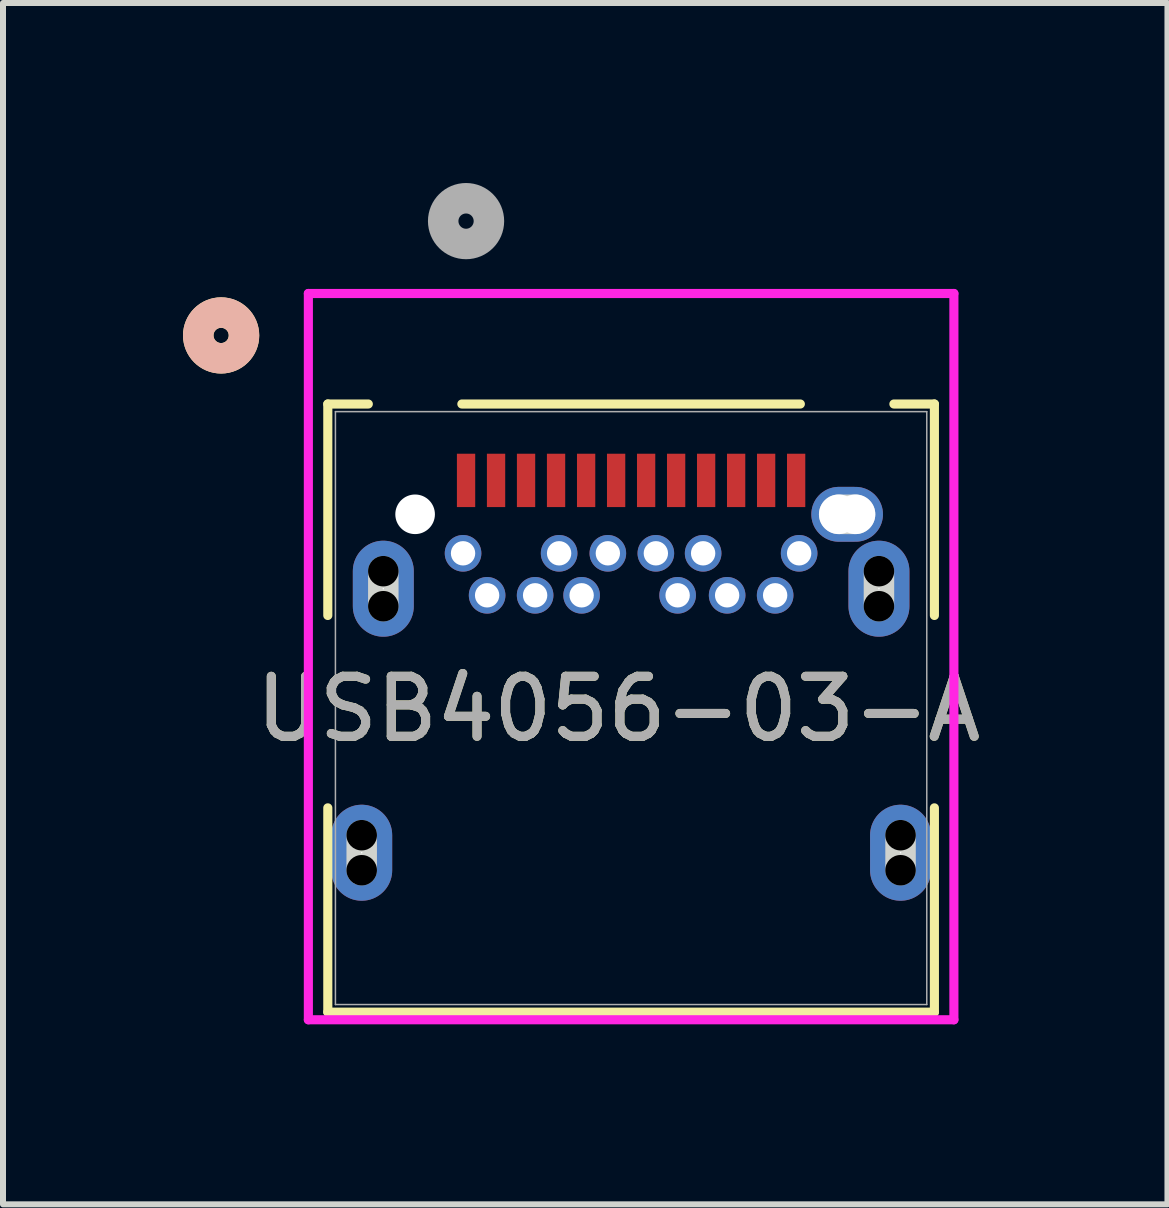
<source format=kicad_pcb>
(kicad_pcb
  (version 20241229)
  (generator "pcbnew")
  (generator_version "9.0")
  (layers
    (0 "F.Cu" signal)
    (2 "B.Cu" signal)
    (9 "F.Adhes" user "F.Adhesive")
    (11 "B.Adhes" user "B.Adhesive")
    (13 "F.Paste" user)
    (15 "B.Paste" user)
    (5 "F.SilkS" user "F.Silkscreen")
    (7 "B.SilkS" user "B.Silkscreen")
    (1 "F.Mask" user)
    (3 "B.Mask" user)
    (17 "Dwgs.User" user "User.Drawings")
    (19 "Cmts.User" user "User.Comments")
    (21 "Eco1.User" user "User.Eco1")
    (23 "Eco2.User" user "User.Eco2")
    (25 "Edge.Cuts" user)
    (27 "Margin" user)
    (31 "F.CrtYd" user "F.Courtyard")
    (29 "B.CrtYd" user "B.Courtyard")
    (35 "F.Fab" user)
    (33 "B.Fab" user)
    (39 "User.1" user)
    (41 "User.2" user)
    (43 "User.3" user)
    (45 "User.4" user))
  (footprint "USB4056-03-A"
    (layer "F.Cu")
    (at 4.717 4.956)
    (property "Reference" "USB4056-03-A" (at 2.54 3.81 0) (unlocked yes) (layer "F.SilkS") (effects (font (size 1 1) (thickness 0.15))))
    (attr through_hole)
    (fp_line (start -2.304 -1.273) (end -2.304 2.251) (stroke (width 0.152) (type solid)) (layer "F.SilkS"))
    (fp_line (start -2.304 5.457) (end -2.304 8.862) (stroke (width 0.152) (type solid)) (layer "F.SilkS"))
    (fp_line (start -2.304 8.862) (end 7.805 8.862) (stroke (width 0.152) (type solid)) (layer "F.SilkS"))
    (fp_line (start -1.629 -1.273) (end -2.304 -1.273) (stroke (width 0.152) (type solid)) (layer "F.SilkS"))
    (fp_line (start 5.571 -1.273) (end -0.07 -1.273) (stroke (width 0.152) (type solid)) (layer "F.SilkS"))
    (fp_line (start 7.805 -1.273) (end 7.13 -1.273) (stroke (width 0.152) (type solid)) (layer "F.SilkS"))
    (fp_line (start 7.805 2.251) (end 7.805 -1.273) (stroke (width 0.152) (type solid)) (layer "F.SilkS"))
    (fp_line (start 7.805 8.862) (end 7.805 5.457) (stroke (width 0.152) (type solid)) (layer "F.SilkS"))
    (fp_circle (center -4.082 -2.416) (end -3.701 -2.416) (stroke (width 0.508) (type solid)) (fill no) (layer "F.SilkS"))
    (fp_circle (center -4.082 -2.416) (end -3.701 -2.416) (stroke (width 0.508) (type solid)) (fill no) (layer "B.SilkS"))
    (fp_line (start -1.739 6.497) (end -1.739 5.913) (stroke (width 0.508) (type solid)) (layer "Edge.Cuts"))
    (fp_line (start -1.379 2.097) (end -1.379 1.513) (stroke (width 0.508) (type solid)) (layer "Edge.Cuts"))
    (fp_line (start 6.211 0.565) (end 6.49 0.565) (stroke (width 0.66) (type solid)) (layer "Edge.Cuts"))
    (fp_line (start 6.881 2.097) (end 6.881 1.513) (stroke (width 0.508) (type solid)) (layer "Edge.Cuts"))
    (fp_line (start 7.241 6.497) (end 7.241 5.913) (stroke (width 0.508) (type solid)) (layer "Edge.Cuts"))
    (fp_line (start -2.628 -3.115) (end -2.628 8.989) (stroke (width 0.152) (type solid)) (layer "F.CrtYd"))
    (fp_line (start -2.628 8.989) (end 8.13 8.989) (stroke (width 0.152) (type solid)) (layer "F.CrtYd"))
    (fp_line (start 8.13 -3.115) (end -2.628 -3.115) (stroke (width 0.152) (type solid)) (layer "F.CrtYd"))
    (fp_line (start 8.13 8.989) (end 8.13 -3.115) (stroke (width 0.152) (type solid)) (layer "F.CrtYd"))
    (fp_line (start -2.177 -1.146) (end -2.177 8.735) (stroke (width 0.025) (type solid)) (layer "F.Fab"))
    (fp_line (start -2.177 8.735) (end 7.678 8.735) (stroke (width 0.025) (type solid)) (layer "F.Fab"))
    (fp_line (start 7.678 -1.146) (end -2.177 -1.146) (stroke (width 0.025) (type solid)) (layer "F.Fab"))
    (fp_line (start 7.678 8.735) (end 7.678 -1.146) (stroke (width 0.025) (type solid)) (layer "F.Fab"))
    (fp_circle (center 0 -4.321) (end 0.381 -4.321) (stroke (width 0.508) (type solid)) (fill no) (layer "F.Fab"))
    (fp_text user "${REFERENCE}" (at 2.54 3.81 0) (unlocked yes) (layer "F.Fab") (effects (font (size 1 1) (thickness 0.15))))
    (pad "" np_thru_hole circle (at -1.739 5.913) (size 0.508 0.508) (drill 0.508) (layers))
    (pad "" np_thru_hole circle (at -1.739 6.497) (size 0.508 0.508) (drill 0.508) (layers))
    (pad "" np_thru_hole circle (at -1.379 1.513) (size 0.508 0.508) (drill 0.508) (layers))
    (pad "" np_thru_hole circle (at -1.379 2.097) (size 0.508 0.508) (drill 0.508) (layers))
    (pad "" np_thru_hole circle (at -0.849 0.565) (size 0.66 0.66) (drill 0.66) (layers "*.Cu" "*.Mask"))
    (pad "" np_thru_hole circle (at 6.211 0.565) (size 0.66 0.66) (drill 0.66) (layers "*.Cu" "*.Mask"))
    (pad "" np_thru_hole circle (at 6.49 0.565) (size 0.66 0.66) (drill 0.66) (layers "*.Cu" "*.Mask"))
    (pad "" np_thru_hole circle (at 6.881 1.513) (size 0.508 0.508) (drill 0.508) (layers))
    (pad "" np_thru_hole circle (at 6.881 2.097) (size 0.508 0.508) (drill 0.508) (layers))
    (pad "" np_thru_hole circle (at 7.241 5.913) (size 0.508 0.508) (drill 0.508) (layers))
    (pad "" np_thru_hole circle (at 7.241 6.497) (size 0.508 0.508) (drill 0.508) (layers))
    (pad "A1" smd rect (at 0 0) (size 0.305 0.889) (layers "F.Cu" "F.Mask" "F.Paste"))
    (pad "A2" smd rect (at 0.5 0) (size 0.305 0.889) (layers "F.Cu" "F.Mask" "F.Paste"))
    (pad "A3" smd rect (at 1 0) (size 0.305 0.889) (layers "F.Cu" "F.Mask" "F.Paste"))
    (pad "A4" smd rect (at 1.5 0) (size 0.305 0.889) (layers "F.Cu" "F.Mask" "F.Paste"))
    (pad "A5" smd rect (at 2.001 0) (size 0.305 0.889) (layers "F.Cu" "F.Mask" "F.Paste"))
    (pad "A6" smd rect (at 2.501 0) (size 0.305 0.889) (layers "F.Cu" "F.Mask" "F.Paste"))
    (pad "A7" smd rect (at 3.001 0) (size 0.305 0.889) (layers "F.Cu" "F.Mask" "F.Paste"))
    (pad "A8" smd rect (at 3.501 0) (size 0.305 0.889) (layers "F.Cu" "F.Mask" "F.Paste"))
    (pad "A9" smd rect (at 4.001 0) (size 0.305 0.889) (layers "F.Cu" "F.Mask" "F.Paste"))
    (pad "A10" smd rect (at 4.501 0) (size 0.305 0.889) (layers "F.Cu" "F.Mask" "F.Paste"))
    (pad "A11" smd rect (at 5.001 0) (size 0.305 0.889) (layers "F.Cu" "F.Mask" "F.Paste"))
    (pad "A12" smd rect (at 5.501 0) (size 0.305 0.889) (layers "F.Cu" "F.Mask" "F.Paste"))
    (pad "B1" thru_hole circle (at 5.551 1.215) (size 0.61 0.61) (drill 0.406) (layers "*.Cu" "*.Mask"))
    (pad "B2" thru_hole circle (at 5.151 1.915) (size 0.61 0.61) (drill 0.406) (layers "*.Cu" "*.Mask"))
    (pad "B3" thru_hole circle (at 4.351 1.915) (size 0.61 0.61) (drill 0.406) (layers "*.Cu" "*.Mask"))
    (pad "B4" thru_hole circle (at 3.951 1.215) (size 0.61 0.61) (drill 0.406) (layers "*.Cu" "*.Mask"))
    (pad "B5" thru_hole circle (at 3.526 1.915) (size 0.61 0.61) (drill 0.406) (layers "*.Cu" "*.Mask"))
    (pad "B6" thru_hole circle (at 3.163 1.215) (size 0.61 0.61) (drill 0.406) (layers "*.Cu" "*.Mask"))
    (pad "B7" thru_hole circle (at 2.363 1.215) (size 0.61 0.61) (drill 0.406) (layers "*.Cu" "*.Mask"))
    (pad "B8" thru_hole circle (at 1.926 1.915) (size 0.61 0.61) (drill 0.406) (layers "*.Cu" "*.Mask"))
    (pad "B9" thru_hole circle (at 1.551 1.215) (size 0.61 0.61) (drill 0.406) (layers "*.Cu" "*.Mask"))
    (pad "B10" thru_hole circle (at 1.151 1.915) (size 0.61 0.61) (drill 0.406) (layers "*.Cu" "*.Mask"))
    (pad "B11" thru_hole circle (at 0.351 1.915) (size 0.61 0.61) (drill 0.406) (layers "*.Cu" "*.Mask"))
    (pad "B12" thru_hole circle (at -0.05 1.215) (size 0.61 0.61) (drill 0.406) (layers "*.Cu" "*.Mask"))
    (pad "S1" thru_hole oval (at 6.351 0.565) (size 1.194 0.914) (drill 0.025) (layers "*.Cu" "*.Mask"))
    (pad "S2" thru_hole oval (at -1.379 1.805 90) (size 1.6 1.016) (drill 0.025) (layers "*.Cu" "*.Mask"))
    (pad "S3" thru_hole oval (at 6.881 1.805 90) (size 1.6 1.016) (drill 0.025) (layers "*.Cu" "*.Mask"))
    (pad "S4" thru_hole oval (at -1.739 6.205 90) (size 1.6 1.016) (drill 0.025) (layers "*.Cu" "*.Mask"))
    (pad "S5" thru_hole oval (at 7.241 6.205 90) (size 1.6 1.016) (drill 0.025) (layers "*.Cu" "*.Mask")))
  (gr_rect
    (start -3 -3)
    (end 16.406 17.021)
    (stroke (width 0.1) (type default))
    (fill no)
    (layer "Edge.Cuts")))
</source>
